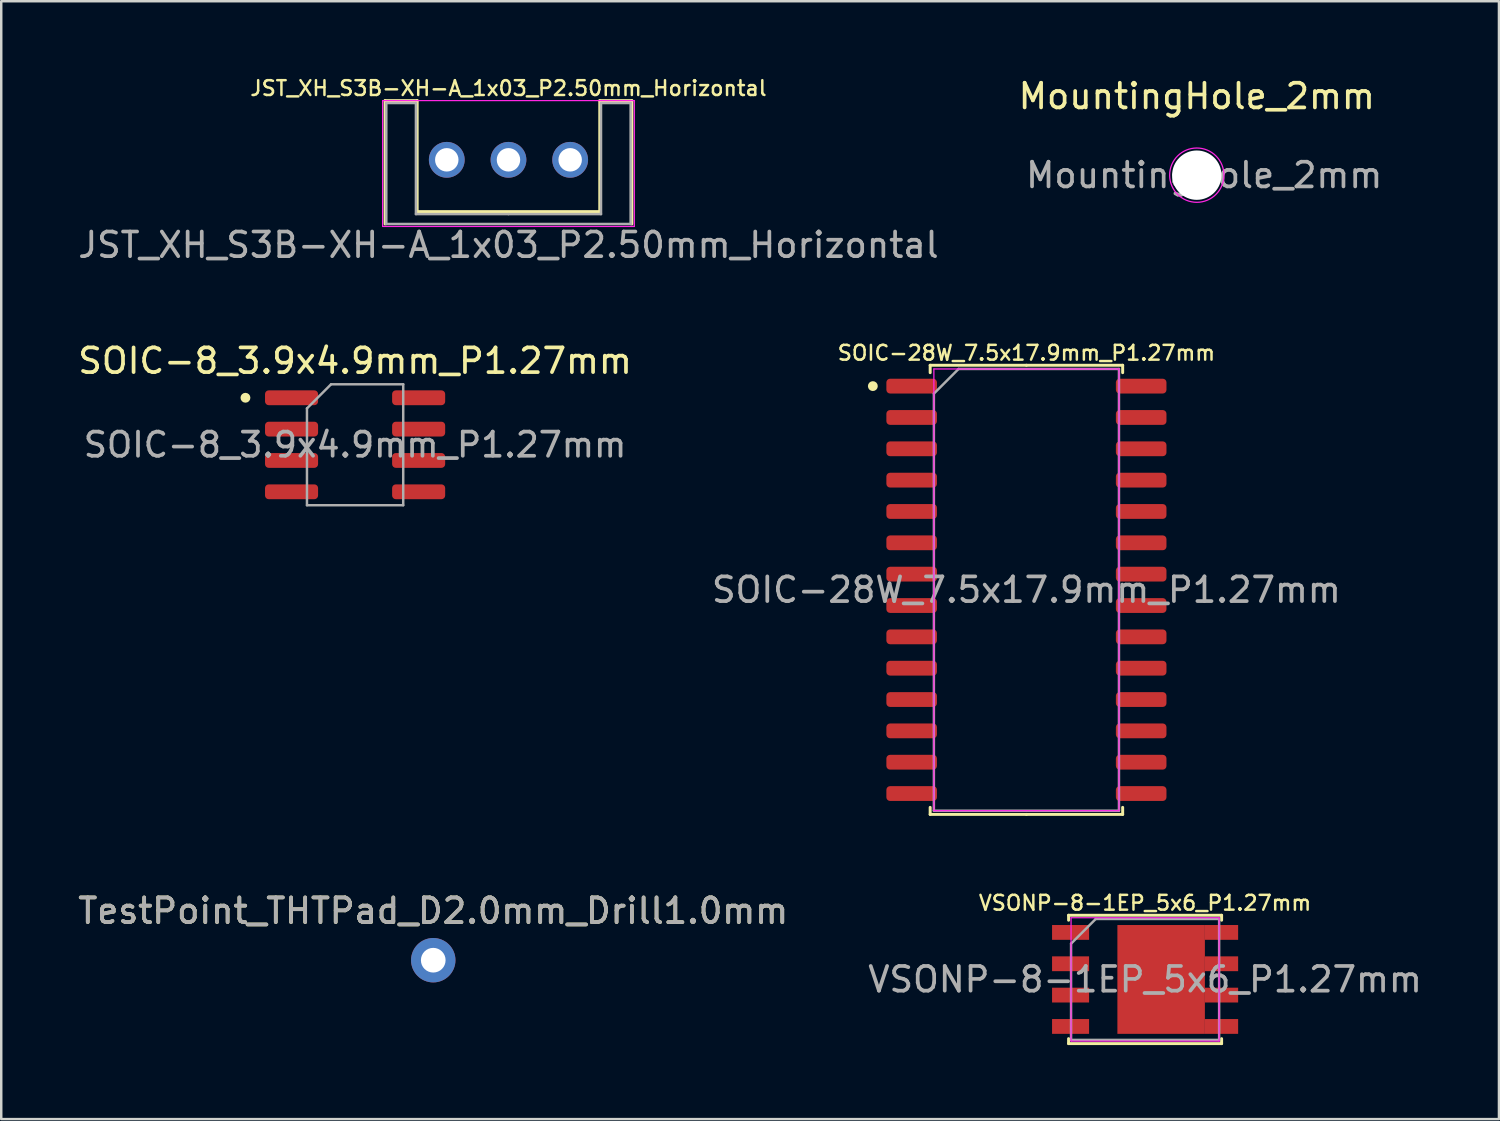
<source format=kicad_pcb>
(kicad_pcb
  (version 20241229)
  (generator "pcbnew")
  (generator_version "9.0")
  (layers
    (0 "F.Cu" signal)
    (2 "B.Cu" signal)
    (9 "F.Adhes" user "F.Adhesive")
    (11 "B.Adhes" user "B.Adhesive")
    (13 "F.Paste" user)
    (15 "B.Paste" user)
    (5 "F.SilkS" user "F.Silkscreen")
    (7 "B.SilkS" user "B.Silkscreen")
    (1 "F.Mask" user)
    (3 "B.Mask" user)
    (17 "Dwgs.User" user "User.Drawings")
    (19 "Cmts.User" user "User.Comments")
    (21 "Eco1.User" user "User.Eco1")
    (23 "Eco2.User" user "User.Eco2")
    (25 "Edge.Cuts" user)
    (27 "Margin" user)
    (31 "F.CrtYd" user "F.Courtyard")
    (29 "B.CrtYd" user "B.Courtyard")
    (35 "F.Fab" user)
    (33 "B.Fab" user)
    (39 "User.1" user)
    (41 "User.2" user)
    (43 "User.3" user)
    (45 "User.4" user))
  (footprint "JST_XH_S3B-XH-A_1x03_P2.50mm_Horizontal"
    (layer "F.Cu")
    (at 15.054 3.426)
    (property "Reference" "JST_XH_S3B-XH-A_1x03_P2.50mm_Horizontal" (at 2.5 -2.9 0) (layer "F.SilkS") (effects (font (size 0.6 0.6) (thickness 0.1))))
    (attr through_hole)
    (fp_line (start -2.5 -2.4) (end -1.2 -2.4) (stroke (width 0.12) (type solid)) (layer "F.SilkS"))
    (fp_line (start -2.5 2.6) (end -2.5 -2.4) (stroke (width 0.12) (type solid)) (layer "F.SilkS"))
    (fp_line (start -1.2 -2.4) (end -1.2 2.1) (stroke (width 0.12) (type solid)) (layer "F.SilkS"))
    (fp_line (start 6.2 -2.4) (end 6.2 2.1) (stroke (width 0.12) (type solid)) (layer "F.SilkS"))
    (fp_line (start 6.2 2.1) (end -1.2 2.1) (stroke (width 0.12) (type solid)) (layer "F.SilkS"))
    (fp_line (start 7.5 -2.4) (end 6.2 -2.4) (stroke (width 0.12) (type solid)) (layer "F.SilkS"))
    (fp_line (start 7.5 2.6) (end 7.5 -2.4) (stroke (width 0.12) (type solid)) (layer "F.SilkS"))
    (fp_line (start -2.6 -2.4) (end -2.6 2.7) (stroke (width 0.05) (type solid)) (layer "F.CrtYd"))
    (fp_line (start -2.6 2.7) (end 7.6 2.7) (stroke (width 0.05) (type solid)) (layer "F.CrtYd"))
    (fp_line (start 7.6 -2.4) (end -2.6 -2.4) (stroke (width 0.05) (type solid)) (layer "F.CrtYd"))
    (fp_line (start 7.6 2.7) (end 7.6 -2.4) (stroke (width 0.05) (type solid)) (layer "F.CrtYd"))
    (fp_line (start -2.45 -2.3) (end -1.25 -2.3) (stroke (width 0.1) (type solid)) (layer "F.Fab"))
    (fp_line (start -2.45 2.6) (end -2.45 -2.3) (stroke (width 0.1) (type solid)) (layer "F.Fab"))
    (fp_line (start -1.25 -2.3) (end -1.25 2.2) (stroke (width 0.1) (type solid)) (layer "F.Fab"))
    (fp_line (start -1.25 2.2) (end 2.5 2.2) (stroke (width 0.1) (type solid)) (layer "F.Fab"))
    (fp_line (start 6.25 -2.3) (end 6.25 2.2) (stroke (width 0.1) (type solid)) (layer "F.Fab"))
    (fp_line (start 6.25 2.2) (end 2.5 2.2) (stroke (width 0.1) (type solid)) (layer "F.Fab"))
    (fp_line (start 7.45 -2.3) (end 6.25 -2.3) (stroke (width 0.1) (type solid)) (layer "F.Fab"))
    (fp_line (start 7.45 2.6) (end -2.45 2.6) (stroke (width 0.1) (type solid)) (layer "F.Fab"))
    (fp_line (start 7.45 2.6) (end 7.45 -2.3) (stroke (width 0.1) (type solid)) (layer "F.Fab"))
    (fp_text user "${REFERENCE}" (at 2.5 3.45 0) (layer "F.Fab") (effects (font (size 1 1) (thickness 0.15))))
    (pad "1" thru_hole oval (at 5 0) (size 1.45 1.45) (drill 0.95) (layers "*.Cu" "*.Mask"))
    (pad "2" thru_hole oval (at 2.5 0) (size 1.45 1.45) (drill 0.95) (layers "*.Cu" "*.Mask"))
    (pad "3" thru_hole oval (at 0 0) (size 1.45 1.45) (drill 0.95) (layers "*.Cu" "*.Mask")))
  (footprint "SOIC-8_3.9x4.9mm_P1.27mm"
    (layer "F.Cu")
    (at 11.339 14.973)
    (property "Reference" "SOIC-8_3.9x4.9mm_P1.27mm" (at 0 -3.4 0) (layer "F.SilkS") (effects (font (size 1 1) (thickness 0.15))))
    (attr smd)
    (fp_circle (center -4.443 -1.905) (end -4.343 -1.905) (stroke (width 0.2) (type solid)) (fill no) (layer "F.SilkS"))
    (fp_line (start -1.95 -1.475) (end -0.975 -2.45) (stroke (width 0.1) (type solid)) (layer "F.Fab"))
    (fp_line (start -1.95 2.45) (end -1.95 -1.475) (stroke (width 0.1) (type solid)) (layer "F.Fab"))
    (fp_line (start -0.975 -2.45) (end 1.95 -2.45) (stroke (width 0.1) (type solid)) (layer "F.Fab"))
    (fp_line (start 1.95 -2.45) (end 1.95 2.45) (stroke (width 0.1) (type solid)) (layer "F.Fab"))
    (fp_line (start 1.95 2.45) (end -1.95 2.45) (stroke (width 0.1) (type solid)) (layer "F.Fab"))
    (fp_text user "${REFERENCE}" (at 0 0 0) (layer "F.Fab") (effects (font (size 0.98 0.98) (thickness 0.15))))
    (pad "1" smd roundrect (at -2.575 -1.905) (size 2.15 0.6) (layers "F.Cu" "F.Mask" "F.Paste") (roundrect_rratio 0.25))
    (pad "2" smd roundrect (at -2.575 -0.635) (size 2.15 0.6) (layers "F.Cu" "F.Mask" "F.Paste") (roundrect_rratio 0.25))
    (pad "3" smd roundrect (at -2.575 0.635) (size 2.15 0.6) (layers "F.Cu" "F.Mask" "F.Paste") (roundrect_rratio 0.25))
    (pad "4" smd roundrect (at -2.575 1.905) (size 2.15 0.6) (layers "F.Cu" "F.Mask" "F.Paste") (roundrect_rratio 0.25))
    (pad "5" smd roundrect (at 2.575 1.905) (size 2.15 0.6) (layers "F.Cu" "F.Mask" "F.Paste") (roundrect_rratio 0.25))
    (pad "6" smd roundrect (at 2.575 0.635) (size 2.15 0.6) (layers "F.Cu" "F.Mask" "F.Paste") (roundrect_rratio 0.25))
    (pad "7" smd roundrect (at 2.575 -0.635) (size 2.15 0.6) (layers "F.Cu" "F.Mask" "F.Paste") (roundrect_rratio 0.25))
    (pad "8" smd roundrect (at 2.575 -1.905) (size 2.15 0.6) (layers "F.Cu" "F.Mask" "F.Paste") (roundrect_rratio 0.25)))
  (footprint "SOIC-28W_7.5x17.9mm_P1.27mm"
    (layer "F.Cu")
    (at 38.542 20.851)
    (property "Reference" "SOIC-28W_7.5x17.9mm_P1.27mm" (at 0 -9.6 0) (layer "F.SilkS") (effects (font (size 0.6 0.6) (thickness 0.1))))
    (attr smd)
    (fp_line (start -3.9 -9.1) (end -3.9 -8.8) (stroke (width 0.12) (type solid)) (layer "F.SilkS"))
    (fp_line (start -3.9 9.1) (end -3.9 8.815) (stroke (width 0.12) (type solid)) (layer "F.SilkS"))
    (fp_line (start 0 -9.1) (end -3.9 -9.1) (stroke (width 0.12) (type solid)) (layer "F.SilkS"))
    (fp_line (start 0 -9.1) (end 3.9 -9.1) (stroke (width 0.12) (type solid)) (layer "F.SilkS"))
    (fp_line (start 0 9.1) (end -3.9 9.1) (stroke (width 0.12) (type solid)) (layer "F.SilkS"))
    (fp_line (start 0 9.1) (end 3.9 9.1) (stroke (width 0.12) (type solid)) (layer "F.SilkS"))
    (fp_line (start 3.9 -9.1) (end 3.9 -8.8) (stroke (width 0.12) (type solid)) (layer "F.SilkS"))
    (fp_line (start 3.9 9.1) (end 3.9 8.815) (stroke (width 0.12) (type solid)) (layer "F.SilkS"))
    (fp_circle (center -6.223 -8.255) (end -6.123 -8.255) (stroke (width 0.2) (type solid)) (fill no) (layer "F.SilkS"))
    (fp_line (start -3.75 -8.95) (end -3.75 8.95) (stroke (width 0.05) (type solid)) (layer "F.CrtYd"))
    (fp_line (start -3.75 8.95) (end 3.75 8.95) (stroke (width 0.05) (type solid)) (layer "F.CrtYd"))
    (fp_line (start 3.75 -8.95) (end -3.75 -8.95) (stroke (width 0.05) (type solid)) (layer "F.CrtYd"))
    (fp_line (start 3.75 8.95) (end 3.75 -8.95) (stroke (width 0.05) (type solid)) (layer "F.CrtYd"))
    (fp_line (start -3.75 -7.95) (end -2.75 -8.95) (stroke (width 0.1) (type solid)) (layer "F.Fab"))
    (fp_line (start -3.75 8.95) (end -3.75 -7.95) (stroke (width 0.1) (type solid)) (layer "F.Fab"))
    (fp_line (start -2.75 -8.95) (end 3.75 -8.95) (stroke (width 0.1) (type solid)) (layer "F.Fab"))
    (fp_line (start 3.75 -8.95) (end 3.75 8.95) (stroke (width 0.1) (type solid)) (layer "F.Fab"))
    (fp_line (start 3.75 8.95) (end -3.75 8.95) (stroke (width 0.1) (type solid)) (layer "F.Fab"))
    (fp_text user "${REFERENCE}" (at 0 0 0) (layer "F.Fab") (effects (font (size 1 1) (thickness 0.15))))
    (pad "1" smd roundrect (at -4.65 -8.255) (size 2.05 0.6) (layers "F.Cu" "F.Mask" "F.Paste") (roundrect_rratio 0.25))
    (pad "2" smd roundrect (at -4.65 -6.985) (size 2.05 0.6) (layers "F.Cu" "F.Mask" "F.Paste") (roundrect_rratio 0.25))
    (pad "3" smd roundrect (at -4.65 -5.715) (size 2.05 0.6) (layers "F.Cu" "F.Mask" "F.Paste") (roundrect_rratio 0.25))
    (pad "4" smd roundrect (at -4.65 -4.445) (size 2.05 0.6) (layers "F.Cu" "F.Mask" "F.Paste") (roundrect_rratio 0.25))
    (pad "5" smd roundrect (at -4.65 -3.175) (size 2.05 0.6) (layers "F.Cu" "F.Mask" "F.Paste") (roundrect_rratio 0.25))
    (pad "6" smd roundrect (at -4.65 -1.905) (size 2.05 0.6) (layers "F.Cu" "F.Mask" "F.Paste") (roundrect_rratio 0.25))
    (pad "7" smd roundrect (at -4.65 -0.635) (size 2.05 0.6) (layers "F.Cu" "F.Mask" "F.Paste") (roundrect_rratio 0.25))
    (pad "8" smd roundrect (at -4.65 0.635) (size 2.05 0.6) (layers "F.Cu" "F.Mask" "F.Paste") (roundrect_rratio 0.25))
    (pad "9" smd roundrect (at -4.65 1.905) (size 2.05 0.6) (layers "F.Cu" "F.Mask" "F.Paste") (roundrect_rratio 0.25))
    (pad "10" smd roundrect (at -4.65 3.175) (size 2.05 0.6) (layers "F.Cu" "F.Mask" "F.Paste") (roundrect_rratio 0.25))
    (pad "11" smd roundrect (at -4.65 4.445) (size 2.05 0.6) (layers "F.Cu" "F.Mask" "F.Paste") (roundrect_rratio 0.25))
    (pad "12" smd roundrect (at -4.65 5.715) (size 2.05 0.6) (layers "F.Cu" "F.Mask" "F.Paste") (roundrect_rratio 0.25))
    (pad "13" smd roundrect (at -4.65 6.985) (size 2.05 0.6) (layers "F.Cu" "F.Mask" "F.Paste") (roundrect_rratio 0.25))
    (pad "14" smd roundrect (at -4.65 8.255) (size 2.05 0.6) (layers "F.Cu" "F.Mask" "F.Paste") (roundrect_rratio 0.25))
    (pad "15" smd roundrect (at 4.65 8.255) (size 2.05 0.6) (layers "F.Cu" "F.Mask" "F.Paste") (roundrect_rratio 0.25))
    (pad "16" smd roundrect (at 4.65 6.985) (size 2.05 0.6) (layers "F.Cu" "F.Mask" "F.Paste") (roundrect_rratio 0.25))
    (pad "17" smd roundrect (at 4.65 5.715) (size 2.05 0.6) (layers "F.Cu" "F.Mask" "F.Paste") (roundrect_rratio 0.25))
    (pad "18" smd roundrect (at 4.65 4.445) (size 2.05 0.6) (layers "F.Cu" "F.Mask" "F.Paste") (roundrect_rratio 0.25))
    (pad "19" smd roundrect (at 4.65 3.175) (size 2.05 0.6) (layers "F.Cu" "F.Mask" "F.Paste") (roundrect_rratio 0.25))
    (pad "20" smd roundrect (at 4.65 1.905) (size 2.05 0.6) (layers "F.Cu" "F.Mask" "F.Paste") (roundrect_rratio 0.25))
    (pad "21" smd roundrect (at 4.65 0.635) (size 2.05 0.6) (layers "F.Cu" "F.Mask" "F.Paste") (roundrect_rratio 0.25))
    (pad "22" smd roundrect (at 4.65 -0.635) (size 2.05 0.6) (layers "F.Cu" "F.Mask" "F.Paste") (roundrect_rratio 0.25))
    (pad "23" smd roundrect (at 4.65 -1.905) (size 2.05 0.6) (layers "F.Cu" "F.Mask" "F.Paste") (roundrect_rratio 0.25))
    (pad "24" smd roundrect (at 4.65 -3.175) (size 2.05 0.6) (layers "F.Cu" "F.Mask" "F.Paste") (roundrect_rratio 0.25))
    (pad "25" smd roundrect (at 4.65 -4.445) (size 2.05 0.6) (layers "F.Cu" "F.Mask" "F.Paste") (roundrect_rratio 0.25))
    (pad "26" smd roundrect (at 4.65 -5.715) (size 2.05 0.6) (layers "F.Cu" "F.Mask" "F.Paste") (roundrect_rratio 0.25))
    (pad "27" smd roundrect (at 4.65 -6.985) (size 2.05 0.6) (layers "F.Cu" "F.Mask" "F.Paste") (roundrect_rratio 0.25))
    (pad "28" smd roundrect (at 4.65 -8.255) (size 2.05 0.6) (layers "F.Cu" "F.Mask" "F.Paste") (roundrect_rratio 0.25)))
  (footprint "MountingHole_2mm"
    (layer "F.Cu")
    (at 45.446 4.048)
    (property "Reference" "MountingHole_2mm" (at 0 -3.2 0) (layer "F.SilkS") (effects (font (size 1 1) (thickness 0.15))))
    (attr exclude_from_pos_files exclude_from_bom)
    (fp_circle (center 0 0) (end 1.1 0) (stroke (width 0.05) (type solid)) (fill no) (layer "F.CrtYd"))
    (fp_text user "${REFERENCE}" (at 0.3 0 0) (layer "F.Fab") (effects (font (size 1 1) (thickness 0.15))))
    (pad "" np_thru_hole circle (at 0 0) (size 2 2) (drill 2) (layers "*.Cu" "*.Mask")))
  (footprint "TestPoint_THTPad_D2.0mm_Drill1.0mm"
    (layer "F.Cu")
    (at 14.506 35.859)
    (property "Reference" "TestPoint_THTPad_D2.0mm_Drill1.0mm" (at 0 -1.998 0) (layer "F.SilkS") (effects (font (size 1 1) (thickness 0.15))))
    (attr exclude_from_pos_files exclude_from_bom)
    (fp_text user "${REFERENCE}" (at 0 -2 0) (layer "F.Fab") (effects (font (size 1 1) (thickness 0.15))))
    (pad "1" thru_hole circle (at 0 0) (size 1.8 1.8) (drill 1) (layers "*.Cu" "*.Mask")))
  (footprint "VSONP-8-1EP_5x6_P1.27mm"
    (layer "F.Cu")
    (at 43.351 36.638)
    (property "Reference" "VSONP-8-1EP_5x6_P1.27mm" (at 0 -3.1 0) (layer "F.SilkS") (effects (font (size 0.6 0.6) (thickness 0.1))))
    (attr smd)
    (fp_line (start -3.1 -2.6) (end -3.1 -2.4) (stroke (width 0.12) (type solid)) (layer "F.SilkS"))
    (fp_line (start -3.1 2.6) (end -3.1 2.4) (stroke (width 0.12) (type solid)) (layer "F.SilkS"))
    (fp_line (start 3.1 -2.6) (end -3.1 -2.6) (stroke (width 0.12) (type solid)) (layer "F.SilkS"))
    (fp_line (start 3.1 -2.6) (end 3.1 -2.4) (stroke (width 0.12) (type solid)) (layer "F.SilkS"))
    (fp_line (start 3.1 2.6) (end -3.1 2.6) (stroke (width 0.12) (type solid)) (layer "F.SilkS"))
    (fp_line (start 3.1 2.6) (end 3.1 2.4) (stroke (width 0.12) (type solid)) (layer "F.SilkS"))
    (fp_line (start -3 -2.5) (end 3 -2.5) (stroke (width 0.05) (type solid)) (layer "F.CrtYd"))
    (fp_line (start -3 2.5) (end -3 -2.5) (stroke (width 0.05) (type solid)) (layer "F.CrtYd"))
    (fp_line (start 3 -2.5) (end 3 2.5) (stroke (width 0.05) (type solid)) (layer "F.CrtYd"))
    (fp_line (start 3 2.5) (end -3 2.5) (stroke (width 0.05) (type solid)) (layer "F.CrtYd"))
    (fp_line (start -3 -1.45) (end -3 2.45) (stroke (width 0.1) (type solid)) (layer "F.Fab"))
    (fp_line (start -2 -2.45) (end -3 -1.45) (stroke (width 0.1) (type solid)) (layer "F.Fab"))
    (fp_line (start -2 -2.45) (end 3 -2.45) (stroke (width 0.1) (type solid)) (layer "F.Fab"))
    (fp_line (start 3 -2.45) (end 3 2.45) (stroke (width 0.1) (type solid)) (layer "F.Fab"))
    (fp_line (start 3 2.45) (end -3 2.45) (stroke (width 0.1) (type solid)) (layer "F.Fab"))
    (fp_text user "${REFERENCE}" (at 0 0 0) (layer "F.Fab") (effects (font (size 1 1) (thickness 0.15))))
    (pad "1" smd rect (at -3.02 -1.905) (size 1.5 0.6) (layers "F.Cu" "F.Mask" "F.Paste"))
    (pad "1" smd rect (at -3.02 -0.635) (size 1.5 0.6) (layers "F.Cu" "F.Mask" "F.Paste"))
    (pad "1" smd rect (at -3.02 0.635) (size 1.5 0.6) (layers "F.Cu" "F.Mask" "F.Paste"))
    (pad "2" smd rect (at -3.02 1.905) (size 1.5 0.6) (layers "F.Cu" "F.Mask" "F.Paste"))
    (pad "3" smd rect (at 0.65 0) (size 3.545 4.41) (layers "F.Cu" "F.Mask"))
    (pad "3" smd rect (at 3.095 -1.905) (size 1.35 0.6) (layers "F.Cu" "F.Mask" "F.Paste"))
    (pad "3" smd rect (at 3.095 -0.635) (size 1.35 0.6) (layers "F.Cu" "F.Mask" "F.Paste"))
    (pad "3" smd rect (at 3.095 0.635) (size 1.35 0.6) (layers "F.Cu" "F.Mask" "F.Paste"))
    (pad "3" smd rect (at 3.095 1.905) (size 1.35 0.6) (layers "F.Cu" "F.Mask" "F.Paste")))
  (gr_rect
    (start -3 -3)
    (end 57.69 42.298)
    (stroke (width 0.1) (type default))
    (fill no)
    (layer "Edge.Cuts")))
</source>
